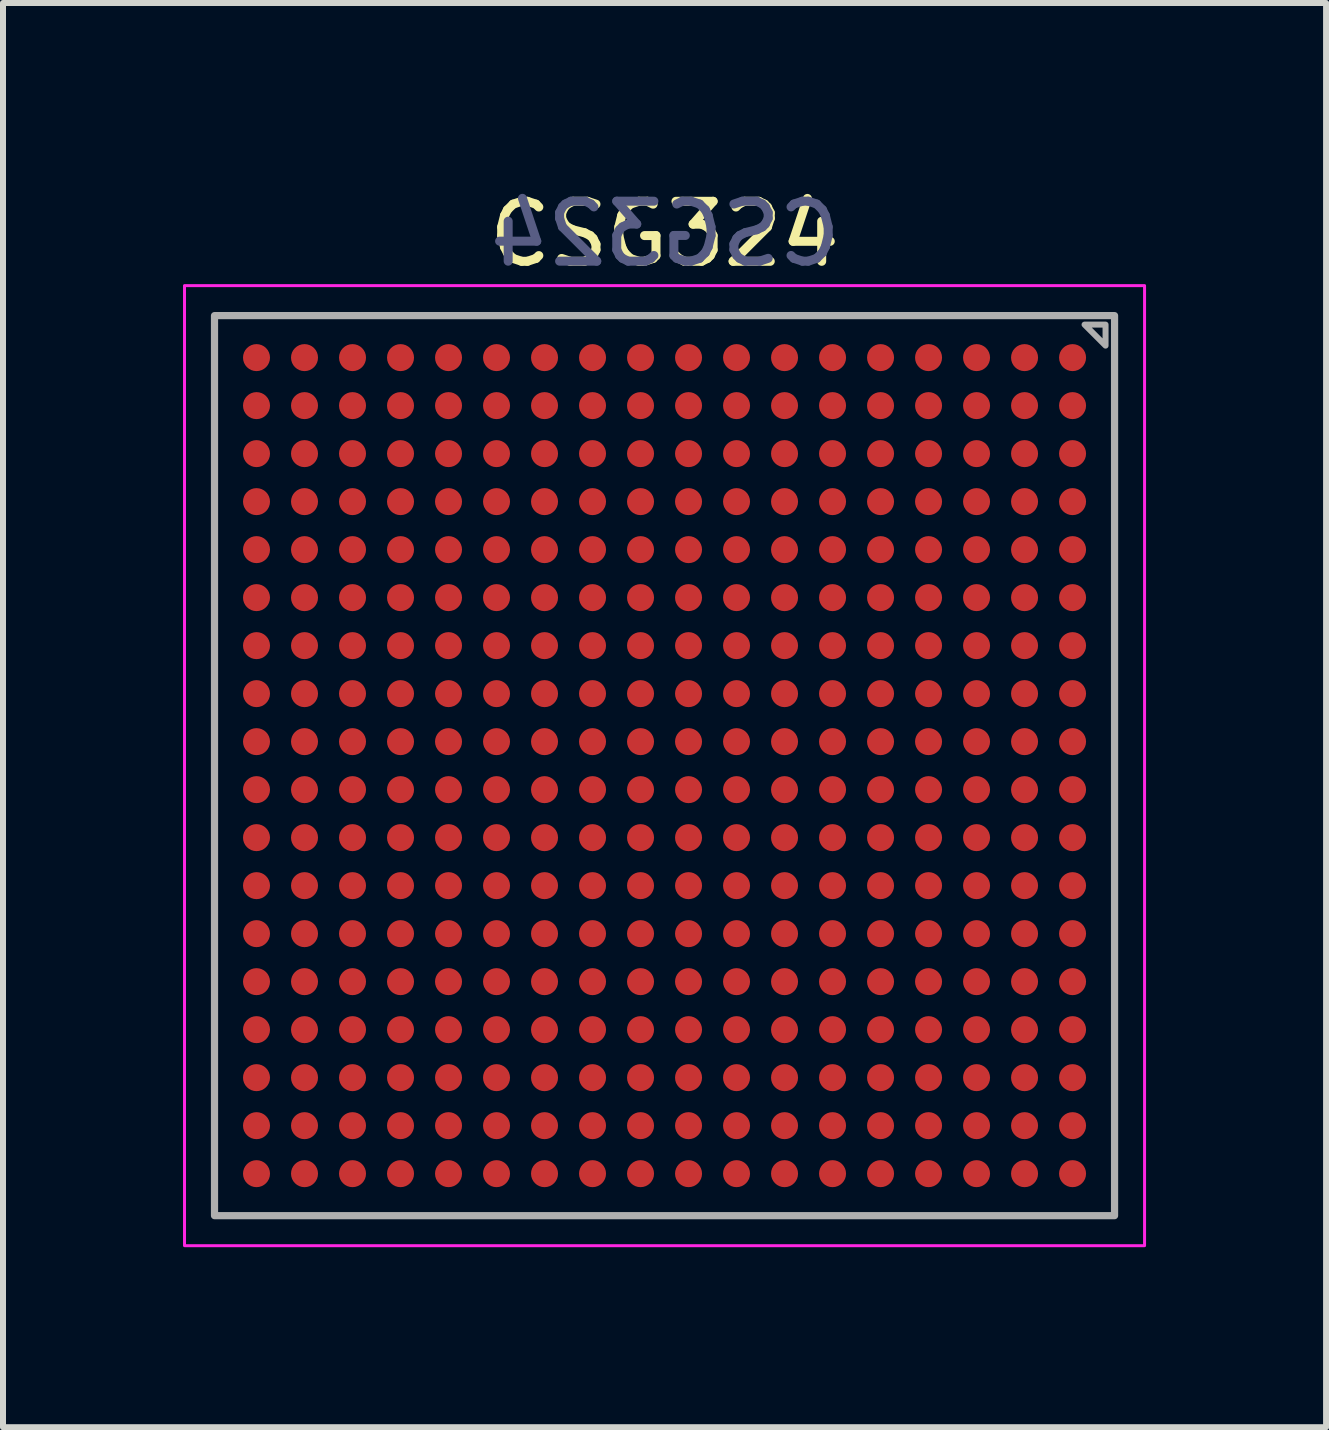
<source format=kicad_pcb>
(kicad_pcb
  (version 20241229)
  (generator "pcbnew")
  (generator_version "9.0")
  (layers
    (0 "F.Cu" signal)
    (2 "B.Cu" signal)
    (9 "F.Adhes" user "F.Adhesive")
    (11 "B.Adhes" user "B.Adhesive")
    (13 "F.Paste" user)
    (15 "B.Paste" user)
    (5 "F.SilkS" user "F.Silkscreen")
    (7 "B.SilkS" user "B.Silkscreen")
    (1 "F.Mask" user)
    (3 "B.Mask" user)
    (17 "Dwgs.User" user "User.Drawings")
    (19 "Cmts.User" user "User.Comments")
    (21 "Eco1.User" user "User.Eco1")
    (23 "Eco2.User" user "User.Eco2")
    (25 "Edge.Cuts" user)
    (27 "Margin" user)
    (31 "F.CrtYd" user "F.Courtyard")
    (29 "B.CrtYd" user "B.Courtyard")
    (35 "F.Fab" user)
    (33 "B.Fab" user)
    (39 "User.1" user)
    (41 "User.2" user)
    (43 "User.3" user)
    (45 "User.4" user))
  (footprint "CSG324"
    (layer "F.Cu")
    (at 8.025 9.71)
    (property "Reference" "CSG324" (at 0 -8.86 0) (unlocked yes) (layer "F.SilkS") (effects (font (size 1 1) (thickness 0.15))))
    (attr smd)
    (fp_rect (start -8 -8) (end 8 8) (stroke (width 0.05) (type solid)) (fill no) (layer "F.CrtYd"))
    (fp_line (start 7 -7.35) (end 7.35 -7.35) (stroke (width 0.025) (type solid)) (layer "F.Fab"))
    (fp_line (start 7.35 -7.35) (end 7.35 -7) (stroke (width 0.025) (type solid)) (layer "F.Fab"))
    (fp_line (start 7.35 -7) (end 7 -7.35) (stroke (width 0.025) (type solid)) (layer "F.Fab"))
    (fp_rect (start -7.5 -7.5) (end 7.5 7.5) (stroke (width 0.12) (type solid)) (fill no) (layer "F.Fab"))
    (fp_poly (pts (xy 7.35 -7) (xy 7 -7.35) (xy 7.35 -7.35)) (stroke (width 0.1) (type solid)) (fill no) (layer "F.Fab"))
    (fp_text user "${REFERENCE}" (at 0.013 -8.862 0) (unlocked yes) (layer "B.Fab") (effects (font (size 1 1) (thickness 0.15)) (justify mirror)))
    (pad "A1" smd circle (at 6.8 -6.8) (size 0.45 0.45) (layers "F.Cu" "F.Mask" "F.Paste"))
    (pad "A2" smd circle (at 6 -6.8) (size 0.45 0.45) (layers "F.Cu" "F.Mask" "F.Paste"))
    (pad "A3" smd circle (at 5.2 -6.8) (size 0.45 0.45) (layers "F.Cu" "F.Mask" "F.Paste"))
    (pad "A4" smd circle (at 4.4 -6.8) (size 0.45 0.45) (layers "F.Cu" "F.Mask" "F.Paste"))
    (pad "A5" smd circle (at 3.6 -6.8) (size 0.45 0.45) (layers "F.Cu" "F.Mask" "F.Paste"))
    (pad "A6" smd circle (at 2.8 -6.8) (size 0.45 0.45) (layers "F.Cu" "F.Mask" "F.Paste"))
    (pad "A7" smd circle (at 2 -6.8) (size 0.45 0.45) (layers "F.Cu" "F.Mask" "F.Paste"))
    (pad "A8" smd circle (at 1.2 -6.8) (size 0.45 0.45) (layers "F.Cu" "F.Mask" "F.Paste"))
    (pad "A9" smd circle (at 0.4 -6.8) (size 0.45 0.45) (layers "F.Cu" "F.Mask" "F.Paste"))
    (pad "A10" smd circle (at -0.4 -6.8) (size 0.45 0.45) (layers "F.Cu" "F.Mask" "F.Paste"))
    (pad "A11" smd circle (at -1.2 -6.8) (size 0.45 0.45) (layers "F.Cu" "F.Mask" "F.Paste"))
    (pad "A12" smd circle (at -2 -6.8) (size 0.45 0.45) (layers "F.Cu" "F.Mask" "F.Paste"))
    (pad "A13" smd circle (at -2.8 -6.8) (size 0.45 0.45) (layers "F.Cu" "F.Mask" "F.Paste"))
    (pad "A14" smd circle (at -3.6 -6.8) (size 0.45 0.45) (layers "F.Cu" "F.Mask" "F.Paste"))
    (pad "A15" smd circle (at -4.4 -6.8) (size 0.45 0.45) (layers "F.Cu" "F.Mask" "F.Paste"))
    (pad "A16" smd circle (at -5.2 -6.8) (size 0.45 0.45) (layers "F.Cu" "F.Mask" "F.Paste"))
    (pad "A17" smd circle (at -6 -6.8) (size 0.45 0.45) (layers "F.Cu" "F.Mask" "F.Paste"))
    (pad "A18" smd circle (at -6.8 -6.8) (size 0.45 0.45) (layers "F.Cu" "F.Mask" "F.Paste"))
    (pad "B1" smd circle (at 6.8 -6) (size 0.45 0.45) (layers "F.Cu" "F.Mask" "F.Paste"))
    (pad "B2" smd circle (at 6 -6) (size 0.45 0.45) (layers "F.Cu" "F.Mask" "F.Paste"))
    (pad "B3" smd circle (at 5.2 -6) (size 0.45 0.45) (layers "F.Cu" "F.Mask" "F.Paste"))
    (pad "B4" smd circle (at 4.4 -6) (size 0.45 0.45) (layers "F.Cu" "F.Mask" "F.Paste"))
    (pad "B5" smd circle (at 3.6 -6) (size 0.45 0.45) (layers "F.Cu" "F.Mask" "F.Paste"))
    (pad "B6" smd circle (at 2.8 -6) (size 0.45 0.45) (layers "F.Cu" "F.Mask" "F.Paste"))
    (pad "B7" smd circle (at 2 -6) (size 0.45 0.45) (layers "F.Cu" "F.Mask" "F.Paste"))
    (pad "B8" smd circle (at 1.2 -6) (size 0.45 0.45) (layers "F.Cu" "F.Mask" "F.Paste"))
    (pad "B9" smd circle (at 0.4 -6) (size 0.45 0.45) (layers "F.Cu" "F.Mask" "F.Paste"))
    (pad "B10" smd circle (at -0.4 -6) (size 0.45 0.45) (layers "F.Cu" "F.Mask" "F.Paste"))
    (pad "B11" smd circle (at -1.2 -6) (size 0.45 0.45) (layers "F.Cu" "F.Mask" "F.Paste"))
    (pad "B12" smd circle (at -2 -6) (size 0.45 0.45) (layers "F.Cu" "F.Mask" "F.Paste"))
    (pad "B13" smd circle (at -2.8 -6) (size 0.45 0.45) (layers "F.Cu" "F.Mask" "F.Paste"))
    (pad "B14" smd circle (at -3.6 -6) (size 0.45 0.45) (layers "F.Cu" "F.Mask" "F.Paste"))
    (pad "B15" smd circle (at -4.4 -6) (size 0.45 0.45) (layers "F.Cu" "F.Mask" "F.Paste"))
    (pad "B16" smd circle (at -5.2 -6) (size 0.45 0.45) (layers "F.Cu" "F.Mask" "F.Paste"))
    (pad "B17" smd circle (at -6 -6) (size 0.45 0.45) (layers "F.Cu" "F.Mask" "F.Paste"))
    (pad "B18" smd circle (at -6.8 -6) (size 0.45 0.45) (layers "F.Cu" "F.Mask" "F.Paste"))
    (pad "C1" smd circle (at 6.8 -5.2) (size 0.45 0.45) (layers "F.Cu" "F.Mask" "F.Paste"))
    (pad "C2" smd circle (at 6 -5.2) (size 0.45 0.45) (layers "F.Cu" "F.Mask" "F.Paste"))
    (pad "C3" smd circle (at 5.2 -5.2) (size 0.45 0.45) (layers "F.Cu" "F.Mask" "F.Paste"))
    (pad "C4" smd circle (at 4.4 -5.2) (size 0.45 0.45) (layers "F.Cu" "F.Mask" "F.Paste"))
    (pad "C5" smd circle (at 3.6 -5.2) (size 0.45 0.45) (layers "F.Cu" "F.Mask" "F.Paste"))
    (pad "C6" smd circle (at 2.8 -5.2) (size 0.45 0.45) (layers "F.Cu" "F.Mask" "F.Paste"))
    (pad "C7" smd circle (at 2 -5.2) (size 0.45 0.45) (layers "F.Cu" "F.Mask" "F.Paste"))
    (pad "C8" smd circle (at 1.2 -5.2) (size 0.45 0.45) (layers "F.Cu" "F.Mask" "F.Paste"))
    (pad "C9" smd circle (at 0.4 -5.2) (size 0.45 0.45) (layers "F.Cu" "F.Mask" "F.Paste"))
    (pad "C10" smd circle (at -0.4 -5.2) (size 0.45 0.45) (layers "F.Cu" "F.Mask" "F.Paste"))
    (pad "C11" smd circle (at -1.2 -5.2) (size 0.45 0.45) (layers "F.Cu" "F.Mask" "F.Paste"))
    (pad "C12" smd circle (at -2 -5.2) (size 0.45 0.45) (layers "F.Cu" "F.Mask" "F.Paste"))
    (pad "C13" smd circle (at -2.8 -5.2) (size 0.45 0.45) (layers "F.Cu" "F.Mask" "F.Paste"))
    (pad "C14" smd circle (at -3.6 -5.2) (size 0.45 0.45) (layers "F.Cu" "F.Mask" "F.Paste"))
    (pad "C15" smd circle (at -4.4 -5.2) (size 0.45 0.45) (layers "F.Cu" "F.Mask" "F.Paste"))
    (pad "C16" smd circle (at -5.2 -5.2) (size 0.45 0.45) (layers "F.Cu" "F.Mask" "F.Paste"))
    (pad "C17" smd circle (at -6 -5.2) (size 0.45 0.45) (layers "F.Cu" "F.Mask" "F.Paste"))
    (pad "C18" smd circle (at -6.8 -5.2) (size 0.45 0.45) (layers "F.Cu" "F.Mask" "F.Paste"))
    (pad "D1" smd circle (at 6.8 -4.4) (size 0.45 0.45) (layers "F.Cu" "F.Mask" "F.Paste"))
    (pad "D2" smd circle (at 6 -4.4) (size 0.45 0.45) (layers "F.Cu" "F.Mask" "F.Paste"))
    (pad "D3" smd circle (at 5.2 -4.4) (size 0.45 0.45) (layers "F.Cu" "F.Mask" "F.Paste"))
    (pad "D4" smd circle (at 4.4 -4.4) (size 0.45 0.45) (layers "F.Cu" "F.Mask" "F.Paste"))
    (pad "D5" smd circle (at 3.6 -4.4) (size 0.45 0.45) (layers "F.Cu" "F.Mask" "F.Paste"))
    (pad "D6" smd circle (at 2.8 -4.4) (size 0.45 0.45) (layers "F.Cu" "F.Mask" "F.Paste"))
    (pad "D7" smd circle (at 2 -4.4) (size 0.45 0.45) (layers "F.Cu" "F.Mask" "F.Paste"))
    (pad "D8" smd circle (at 1.2 -4.4) (size 0.45 0.45) (layers "F.Cu" "F.Mask" "F.Paste"))
    (pad "D9" smd circle (at 0.4 -4.4) (size 0.45 0.45) (layers "F.Cu" "F.Mask" "F.Paste"))
    (pad "D10" smd circle (at -0.4 -4.4) (size 0.45 0.45) (layers "F.Cu" "F.Mask" "F.Paste"))
    (pad "D11" smd circle (at -1.2 -4.4) (size 0.45 0.45) (layers "F.Cu" "F.Mask" "F.Paste"))
    (pad "D12" smd circle (at -2 -4.4) (size 0.45 0.45) (layers "F.Cu" "F.Mask" "F.Paste"))
    (pad "D13" smd circle (at -2.8 -4.4) (size 0.45 0.45) (layers "F.Cu" "F.Mask" "F.Paste"))
    (pad "D14" smd circle (at -3.6 -4.4) (size 0.45 0.45) (layers "F.Cu" "F.Mask" "F.Paste"))
    (pad "D15" smd circle (at -4.4 -4.4) (size 0.45 0.45) (layers "F.Cu" "F.Mask" "F.Paste"))
    (pad "D16" smd circle (at -5.2 -4.4) (size 0.45 0.45) (layers "F.Cu" "F.Mask" "F.Paste"))
    (pad "D17" smd circle (at -6 -4.4) (size 0.45 0.45) (layers "F.Cu" "F.Mask" "F.Paste"))
    (pad "D18" smd circle (at -6.8 -4.4) (size 0.45 0.45) (layers "F.Cu" "F.Mask" "F.Paste"))
    (pad "E1" smd circle (at 6.8 -3.6) (size 0.45 0.45) (layers "F.Cu" "F.Mask" "F.Paste"))
    (pad "E2" smd circle (at 6 -3.6) (size 0.45 0.45) (layers "F.Cu" "F.Mask" "F.Paste"))
    (pad "E3" smd circle (at 5.2 -3.6) (size 0.45 0.45) (layers "F.Cu" "F.Mask" "F.Paste"))
    (pad "E4" smd circle (at 4.4 -3.6) (size 0.45 0.45) (layers "F.Cu" "F.Mask" "F.Paste"))
    (pad "E5" smd circle (at 3.6 -3.6) (size 0.45 0.45) (layers "F.Cu" "F.Mask" "F.Paste"))
    (pad "E6" smd circle (at 2.8 -3.6) (size 0.45 0.45) (layers "F.Cu" "F.Mask" "F.Paste"))
    (pad "E7" smd circle (at 2 -3.6) (size 0.45 0.45) (layers "F.Cu" "F.Mask" "F.Paste"))
    (pad "E8" smd circle (at 1.2 -3.6) (size 0.45 0.45) (layers "F.Cu" "F.Mask" "F.Paste"))
    (pad "E9" smd circle (at 0.4 -3.6) (size 0.45 0.45) (layers "F.Cu" "F.Mask" "F.Paste"))
    (pad "E10" smd circle (at -0.4 -3.6) (size 0.45 0.45) (layers "F.Cu" "F.Mask" "F.Paste"))
    (pad "E11" smd circle (at -1.2 -3.6) (size 0.45 0.45) (layers "F.Cu" "F.Mask" "F.Paste"))
    (pad "E12" smd circle (at -2 -3.6) (size 0.45 0.45) (layers "F.Cu" "F.Mask" "F.Paste"))
    (pad "E13" smd circle (at -2.8 -3.6) (size 0.45 0.45) (layers "F.Cu" "F.Mask" "F.Paste"))
    (pad "E14" smd circle (at -3.6 -3.6) (size 0.45 0.45) (layers "F.Cu" "F.Mask" "F.Paste"))
    (pad "E15" smd circle (at -4.4 -3.6) (size 0.45 0.45) (layers "F.Cu" "F.Mask" "F.Paste"))
    (pad "E16" smd circle (at -5.2 -3.6) (size 0.45 0.45) (layers "F.Cu" "F.Mask" "F.Paste"))
    (pad "E17" smd circle (at -6 -3.6) (size 0.45 0.45) (layers "F.Cu" "F.Mask" "F.Paste"))
    (pad "E18" smd circle (at -6.8 -3.6) (size 0.45 0.45) (layers "F.Cu" "F.Mask" "F.Paste"))
    (pad "F1" smd circle (at 6.8 -2.8) (size 0.45 0.45) (layers "F.Cu" "F.Mask" "F.Paste"))
    (pad "F2" smd circle (at 6 -2.8) (size 0.45 0.45) (layers "F.Cu" "F.Mask" "F.Paste"))
    (pad "F3" smd circle (at 5.2 -2.8) (size 0.45 0.45) (layers "F.Cu" "F.Mask" "F.Paste"))
    (pad "F4" smd circle (at 4.4 -2.8) (size 0.45 0.45) (layers "F.Cu" "F.Mask" "F.Paste"))
    (pad "F5" smd circle (at 3.6 -2.8) (size 0.45 0.45) (layers "F.Cu" "F.Mask" "F.Paste"))
    (pad "F6" smd circle (at 2.8 -2.8) (size 0.45 0.45) (layers "F.Cu" "F.Mask" "F.Paste"))
    (pad "F7" smd circle (at 2 -2.8) (size 0.45 0.45) (layers "F.Cu" "F.Mask" "F.Paste"))
    (pad "F8" smd circle (at 1.2 -2.8) (size 0.45 0.45) (layers "F.Cu" "F.Mask" "F.Paste"))
    (pad "F9" smd circle (at 0.4 -2.8) (size 0.45 0.45) (layers "F.Cu" "F.Mask" "F.Paste"))
    (pad "F10" smd circle (at -0.4 -2.8) (size 0.45 0.45) (layers "F.Cu" "F.Mask" "F.Paste"))
    (pad "F11" smd circle (at -1.2 -2.8) (size 0.45 0.45) (layers "F.Cu" "F.Mask" "F.Paste"))
    (pad "F12" smd circle (at -2 -2.8) (size 0.45 0.45) (layers "F.Cu" "F.Mask" "F.Paste"))
    (pad "F13" smd circle (at -2.8 -2.8) (size 0.45 0.45) (layers "F.Cu" "F.Mask" "F.Paste"))
    (pad "F14" smd circle (at -3.6 -2.8) (size 0.45 0.45) (layers "F.Cu" "F.Mask" "F.Paste"))
    (pad "F15" smd circle (at -4.4 -2.8) (size 0.45 0.45) (layers "F.Cu" "F.Mask" "F.Paste"))
    (pad "F16" smd circle (at -5.2 -2.8) (size 0.45 0.45) (layers "F.Cu" "F.Mask" "F.Paste"))
    (pad "F17" smd circle (at -6 -2.8) (size 0.45 0.45) (layers "F.Cu" "F.Mask" "F.Paste"))
    (pad "F18" smd circle (at -6.8 -2.8) (size 0.45 0.45) (layers "F.Cu" "F.Mask" "F.Paste"))
    (pad "G1" smd circle (at 6.8 -2) (size 0.45 0.45) (layers "F.Cu" "F.Mask" "F.Paste"))
    (pad "G2" smd circle (at 6 -2) (size 0.45 0.45) (layers "F.Cu" "F.Mask" "F.Paste"))
    (pad "G3" smd circle (at 5.2 -2) (size 0.45 0.45) (layers "F.Cu" "F.Mask" "F.Paste"))
    (pad "G4" smd circle (at 4.4 -2) (size 0.45 0.45) (layers "F.Cu" "F.Mask" "F.Paste"))
    (pad "G5" smd circle (at 3.6 -2) (size 0.45 0.45) (layers "F.Cu" "F.Mask" "F.Paste"))
    (pad "G6" smd circle (at 2.8 -2) (size 0.45 0.45) (layers "F.Cu" "F.Mask" "F.Paste"))
    (pad "G7" smd circle (at 2 -2) (size 0.45 0.45) (layers "F.Cu" "F.Mask" "F.Paste"))
    (pad "G8" smd circle (at 1.2 -2) (size 0.45 0.45) (layers "F.Cu" "F.Mask" "F.Paste"))
    (pad "G9" smd circle (at 0.4 -2) (size 0.45 0.45) (layers "F.Cu" "F.Mask" "F.Paste"))
    (pad "G10" smd circle (at -0.4 -2) (size 0.45 0.45) (layers "F.Cu" "F.Mask" "F.Paste"))
    (pad "G11" smd circle (at -1.2 -2) (size 0.45 0.45) (layers "F.Cu" "F.Mask" "F.Paste"))
    (pad "G12" smd circle (at -2 -2) (size 0.45 0.45) (layers "F.Cu" "F.Mask" "F.Paste"))
    (pad "G13" smd circle (at -2.8 -2) (size 0.45 0.45) (layers "F.Cu" "F.Mask" "F.Paste"))
    (pad "G14" smd circle (at -3.6 -2) (size 0.45 0.45) (layers "F.Cu" "F.Mask" "F.Paste"))
    (pad "G15" smd circle (at -4.4 -2) (size 0.45 0.45) (layers "F.Cu" "F.Mask" "F.Paste"))
    (pad "G16" smd circle (at -5.2 -2) (size 0.45 0.45) (layers "F.Cu" "F.Mask" "F.Paste"))
    (pad "G17" smd circle (at -6 -2) (size 0.45 0.45) (layers "F.Cu" "F.Mask" "F.Paste"))
    (pad "G18" smd circle (at -6.8 -2) (size 0.45 0.45) (layers "F.Cu" "F.Mask" "F.Paste"))
    (pad "H1" smd circle (at 6.8 -1.2) (size 0.45 0.45) (layers "F.Cu" "F.Mask" "F.Paste"))
    (pad "H2" smd circle (at 6 -1.2) (size 0.45 0.45) (layers "F.Cu" "F.Mask" "F.Paste"))
    (pad "H3" smd circle (at 5.2 -1.2) (size 0.45 0.45) (layers "F.Cu" "F.Mask" "F.Paste"))
    (pad "H4" smd circle (at 4.4 -1.2) (size 0.45 0.45) (layers "F.Cu" "F.Mask" "F.Paste"))
    (pad "H5" smd circle (at 3.6 -1.2) (size 0.45 0.45) (layers "F.Cu" "F.Mask" "F.Paste"))
    (pad "H6" smd circle (at 2.8 -1.2) (size 0.45 0.45) (layers "F.Cu" "F.Mask" "F.Paste"))
    (pad "H7" smd circle (at 2 -1.2) (size 0.45 0.45) (layers "F.Cu" "F.Mask" "F.Paste"))
    (pad "H8" smd circle (at 1.2 -1.2) (size 0.45 0.45) (layers "F.Cu" "F.Mask" "F.Paste"))
    (pad "H9" smd circle (at 0.4 -1.2) (size 0.45 0.45) (layers "F.Cu" "F.Mask" "F.Paste"))
    (pad "H10" smd circle (at -0.4 -1.2) (size 0.45 0.45) (layers "F.Cu" "F.Mask" "F.Paste"))
    (pad "H11" smd circle (at -1.2 -1.2) (size 0.45 0.45) (layers "F.Cu" "F.Mask" "F.Paste"))
    (pad "H12" smd circle (at -2 -1.2) (size 0.45 0.45) (layers "F.Cu" "F.Mask" "F.Paste"))
    (pad "H13" smd circle (at -2.8 -1.2) (size 0.45 0.45) (layers "F.Cu" "F.Mask" "F.Paste"))
    (pad "H14" smd circle (at -3.6 -1.2) (size 0.45 0.45) (layers "F.Cu" "F.Mask" "F.Paste"))
    (pad "H15" smd circle (at -4.4 -1.2) (size 0.45 0.45) (layers "F.Cu" "F.Mask" "F.Paste"))
    (pad "H16" smd circle (at -5.2 -1.2) (size 0.45 0.45) (layers "F.Cu" "F.Mask" "F.Paste"))
    (pad "H17" smd circle (at -6 -1.2) (size 0.45 0.45) (layers "F.Cu" "F.Mask" "F.Paste"))
    (pad "H18" smd circle (at -6.8 -1.2) (size 0.45 0.45) (layers "F.Cu" "F.Mask" "F.Paste"))
    (pad "J1" smd circle (at 6.8 -0.4) (size 0.45 0.45) (layers "F.Cu" "F.Mask" "F.Paste"))
    (pad "J2" smd circle (at 6 -0.4) (size 0.45 0.45) (layers "F.Cu" "F.Mask" "F.Paste"))
    (pad "J3" smd circle (at 5.2 -0.4) (size 0.45 0.45) (layers "F.Cu" "F.Mask" "F.Paste"))
    (pad "J4" smd circle (at 4.4 -0.4) (size 0.45 0.45) (layers "F.Cu" "F.Mask" "F.Paste"))
    (pad "J5" smd circle (at 3.6 -0.4) (size 0.45 0.45) (layers "F.Cu" "F.Mask" "F.Paste"))
    (pad "J6" smd circle (at 2.8 -0.4) (size 0.45 0.45) (layers "F.Cu" "F.Mask" "F.Paste"))
    (pad "J7" smd circle (at 2 -0.4) (size 0.45 0.45) (layers "F.Cu" "F.Mask" "F.Paste"))
    (pad "J8" smd circle (at 1.2 -0.4) (size 0.45 0.45) (layers "F.Cu" "F.Mask" "F.Paste"))
    (pad "J9" smd circle (at 0.4 -0.4) (size 0.45 0.45) (layers "F.Cu" "F.Mask" "F.Paste"))
    (pad "J10" smd circle (at -0.4 -0.4) (size 0.45 0.45) (layers "F.Cu" "F.Mask" "F.Paste"))
    (pad "J11" smd circle (at -1.2 -0.4) (size 0.45 0.45) (layers "F.Cu" "F.Mask" "F.Paste"))
    (pad "J12" smd circle (at -2 -0.4) (size 0.45 0.45) (layers "F.Cu" "F.Mask" "F.Paste"))
    (pad "J13" smd circle (at -2.8 -0.4) (size 0.45 0.45) (layers "F.Cu" "F.Mask" "F.Paste"))
    (pad "J14" smd circle (at -3.6 -0.4) (size 0.45 0.45) (layers "F.Cu" "F.Mask" "F.Paste"))
    (pad "J15" smd circle (at -4.4 -0.4) (size 0.45 0.45) (layers "F.Cu" "F.Mask" "F.Paste"))
    (pad "J16" smd circle (at -5.2 -0.4) (size 0.45 0.45) (layers "F.Cu" "F.Mask" "F.Paste"))
    (pad "J17" smd circle (at -6 -0.4) (size 0.45 0.45) (layers "F.Cu" "F.Mask" "F.Paste"))
    (pad "J18" smd circle (at -6.8 -0.4) (size 0.45 0.45) (layers "F.Cu" "F.Mask" "F.Paste"))
    (pad "K1" smd circle (at 6.8 0.4) (size 0.45 0.45) (layers "F.Cu" "F.Mask" "F.Paste"))
    (pad "K2" smd circle (at 6 0.4) (size 0.45 0.45) (layers "F.Cu" "F.Mask" "F.Paste"))
    (pad "K3" smd circle (at 5.2 0.4) (size 0.45 0.45) (layers "F.Cu" "F.Mask" "F.Paste"))
    (pad "K4" smd circle (at 4.4 0.4) (size 0.45 0.45) (layers "F.Cu" "F.Mask" "F.Paste"))
    (pad "K5" smd circle (at 3.6 0.4) (size 0.45 0.45) (layers "F.Cu" "F.Mask" "F.Paste"))
    (pad "K6" smd circle (at 2.8 0.4) (size 0.45 0.45) (layers "F.Cu" "F.Mask" "F.Paste"))
    (pad "K7" smd circle (at 2 0.4) (size 0.45 0.45) (layers "F.Cu" "F.Mask" "F.Paste"))
    (pad "K8" smd circle (at 1.2 0.4) (size 0.45 0.45) (layers "F.Cu" "F.Mask" "F.Paste"))
    (pad "K9" smd circle (at 0.4 0.4) (size 0.45 0.45) (layers "F.Cu" "F.Mask" "F.Paste"))
    (pad "K10" smd circle (at -0.4 0.4) (size 0.45 0.45) (layers "F.Cu" "F.Mask" "F.Paste"))
    (pad "K11" smd circle (at -1.2 0.4) (size 0.45 0.45) (layers "F.Cu" "F.Mask" "F.Paste"))
    (pad "K12" smd circle (at -2 0.4) (size 0.45 0.45) (layers "F.Cu" "F.Mask" "F.Paste"))
    (pad "K13" smd circle (at -2.8 0.4) (size 0.45 0.45) (layers "F.Cu" "F.Mask" "F.Paste"))
    (pad "K14" smd circle (at -3.6 0.4) (size 0.45 0.45) (layers "F.Cu" "F.Mask" "F.Paste"))
    (pad "K15" smd circle (at -4.4 0.4) (size 0.45 0.45) (layers "F.Cu" "F.Mask" "F.Paste"))
    (pad "K16" smd circle (at -5.2 0.4) (size 0.45 0.45) (layers "F.Cu" "F.Mask" "F.Paste"))
    (pad "K17" smd circle (at -6 0.4) (size 0.45 0.45) (layers "F.Cu" "F.Mask" "F.Paste"))
    (pad "K18" smd circle (at -6.8 0.4) (size 0.45 0.45) (layers "F.Cu" "F.Mask" "F.Paste"))
    (pad "L1" smd circle (at 6.8 1.2) (size 0.45 0.45) (layers "F.Cu" "F.Mask" "F.Paste"))
    (pad "L2" smd circle (at 6 1.2) (size 0.45 0.45) (layers "F.Cu" "F.Mask" "F.Paste"))
    (pad "L3" smd circle (at 5.2 1.2) (size 0.45 0.45) (layers "F.Cu" "F.Mask" "F.Paste"))
    (pad "L4" smd circle (at 4.4 1.2) (size 0.45 0.45) (layers "F.Cu" "F.Mask" "F.Paste"))
    (pad "L5" smd circle (at 3.6 1.2) (size 0.45 0.45) (layers "F.Cu" "F.Mask" "F.Paste"))
    (pad "L6" smd circle (at 2.8 1.2) (size 0.45 0.45) (layers "F.Cu" "F.Mask" "F.Paste"))
    (pad "L7" smd circle (at 2 1.2) (size 0.45 0.45) (layers "F.Cu" "F.Mask" "F.Paste"))
    (pad "L8" smd circle (at 1.2 1.2) (size 0.45 0.45) (layers "F.Cu" "F.Mask" "F.Paste"))
    (pad "L9" smd circle (at 0.4 1.2) (size 0.45 0.45) (layers "F.Cu" "F.Mask" "F.Paste"))
    (pad "L10" smd circle (at -0.4 1.2) (size 0.45 0.45) (layers "F.Cu" "F.Mask" "F.Paste"))
    (pad "L11" smd circle (at -1.2 1.2) (size 0.45 0.45) (layers "F.Cu" "F.Mask" "F.Paste"))
    (pad "L12" smd circle (at -2 1.2) (size 0.45 0.45) (layers "F.Cu" "F.Mask" "F.Paste"))
    (pad "L13" smd circle (at -2.8 1.2) (size 0.45 0.45) (layers "F.Cu" "F.Mask" "F.Paste"))
    (pad "L14" smd circle (at -3.6 1.2) (size 0.45 0.45) (layers "F.Cu" "F.Mask" "F.Paste"))
    (pad "L15" smd circle (at -4.4 1.2) (size 0.45 0.45) (layers "F.Cu" "F.Mask" "F.Paste"))
    (pad "L16" smd circle (at -5.2 1.2) (size 0.45 0.45) (layers "F.Cu" "F.Mask" "F.Paste"))
    (pad "L17" smd circle (at -6 1.2) (size 0.45 0.45) (layers "F.Cu" "F.Mask" "F.Paste"))
    (pad "L18" smd circle (at -6.8 1.2) (size 0.45 0.45) (layers "F.Cu" "F.Mask" "F.Paste"))
    (pad "M1" smd circle (at 6.8 2) (size 0.45 0.45) (layers "F.Cu" "F.Mask" "F.Paste"))
    (pad "M2" smd circle (at 6 2) (size 0.45 0.45) (layers "F.Cu" "F.Mask" "F.Paste"))
    (pad "M3" smd circle (at 5.2 2) (size 0.45 0.45) (layers "F.Cu" "F.Mask" "F.Paste"))
    (pad "M4" smd circle (at 4.4 2) (size 0.45 0.45) (layers "F.Cu" "F.Mask" "F.Paste"))
    (pad "M5" smd circle (at 3.6 2) (size 0.45 0.45) (layers "F.Cu" "F.Mask" "F.Paste"))
    (pad "M6" smd circle (at 2.8 2) (size 0.45 0.45) (layers "F.Cu" "F.Mask" "F.Paste"))
    (pad "M7" smd circle (at 2 2) (size 0.45 0.45) (layers "F.Cu" "F.Mask" "F.Paste"))
    (pad "M8" smd circle (at 1.2 2) (size 0.45 0.45) (layers "F.Cu" "F.Mask" "F.Paste"))
    (pad "M9" smd circle (at 0.4 2) (size 0.45 0.45) (layers "F.Cu" "F.Mask" "F.Paste"))
    (pad "M10" smd circle (at -0.4 2) (size 0.45 0.45) (layers "F.Cu" "F.Mask" "F.Paste"))
    (pad "M11" smd circle (at -1.2 2) (size 0.45 0.45) (layers "F.Cu" "F.Mask" "F.Paste"))
    (pad "M12" smd circle (at -2 2) (size 0.45 0.45) (layers "F.Cu" "F.Mask" "F.Paste"))
    (pad "M13" smd circle (at -2.8 2) (size 0.45 0.45) (layers "F.Cu" "F.Mask" "F.Paste"))
    (pad "M14" smd circle (at -3.6 2) (size 0.45 0.45) (layers "F.Cu" "F.Mask" "F.Paste"))
    (pad "M15" smd circle (at -4.4 2) (size 0.45 0.45) (layers "F.Cu" "F.Mask" "F.Paste"))
    (pad "M16" smd circle (at -5.2 2) (size 0.45 0.45) (layers "F.Cu" "F.Mask" "F.Paste"))
    (pad "M17" smd circle (at -6 2) (size 0.45 0.45) (layers "F.Cu" "F.Mask" "F.Paste"))
    (pad "M18" smd circle (at -6.8 2) (size 0.45 0.45) (layers "F.Cu" "F.Mask" "F.Paste"))
    (pad "N1" smd circle (at 6.8 2.8) (size 0.45 0.45) (layers "F.Cu" "F.Mask" "F.Paste"))
    (pad "N2" smd circle (at 6 2.8) (size 0.45 0.45) (layers "F.Cu" "F.Mask" "F.Paste"))
    (pad "N3" smd circle (at 5.2 2.8) (size 0.45 0.45) (layers "F.Cu" "F.Mask" "F.Paste"))
    (pad "N4" smd circle (at 4.4 2.8) (size 0.45 0.45) (layers "F.Cu" "F.Mask" "F.Paste"))
    (pad "N5" smd circle (at 3.6 2.8) (size 0.45 0.45) (layers "F.Cu" "F.Mask" "F.Paste"))
    (pad "N6" smd circle (at 2.8 2.8) (size 0.45 0.45) (layers "F.Cu" "F.Mask" "F.Paste"))
    (pad "N7" smd circle (at 2 2.8) (size 0.45 0.45) (layers "F.Cu" "F.Mask" "F.Paste"))
    (pad "N8" smd circle (at 1.2 2.8) (size 0.45 0.45) (layers "F.Cu" "F.Mask" "F.Paste"))
    (pad "N9" smd circle (at 0.4 2.8) (size 0.45 0.45) (layers "F.Cu" "F.Mask" "F.Paste"))
    (pad "N10" smd circle (at -0.4 2.8) (size 0.45 0.45) (layers "F.Cu" "F.Mask" "F.Paste"))
    (pad "N11" smd circle (at -1.2 2.8) (size 0.45 0.45) (layers "F.Cu" "F.Mask" "F.Paste"))
    (pad "N12" smd circle (at -2 2.8) (size 0.45 0.45) (layers "F.Cu" "F.Mask" "F.Paste"))
    (pad "N13" smd circle (at -2.8 2.8) (size 0.45 0.45) (layers "F.Cu" "F.Mask" "F.Paste"))
    (pad "N14" smd circle (at -3.6 2.8) (size 0.45 0.45) (layers "F.Cu" "F.Mask" "F.Paste"))
    (pad "N15" smd circle (at -4.4 2.8) (size 0.45 0.45) (layers "F.Cu" "F.Mask" "F.Paste"))
    (pad "N16" smd circle (at -5.2 2.8) (size 0.45 0.45) (layers "F.Cu" "F.Mask" "F.Paste"))
    (pad "N17" smd circle (at -6 2.8) (size 0.45 0.45) (layers "F.Cu" "F.Mask" "F.Paste"))
    (pad "N18" smd circle (at -6.8 2.8) (size 0.45 0.45) (layers "F.Cu" "F.Mask" "F.Paste"))
    (pad "P1" smd circle (at 6.8 3.6) (size 0.45 0.45) (layers "F.Cu" "F.Mask" "F.Paste"))
    (pad "P2" smd circle (at 6 3.6) (size 0.45 0.45) (layers "F.Cu" "F.Mask" "F.Paste"))
    (pad "P3" smd circle (at 5.2 3.6) (size 0.45 0.45) (layers "F.Cu" "F.Mask" "F.Paste"))
    (pad "P4" smd circle (at 4.4 3.6) (size 0.45 0.45) (layers "F.Cu" "F.Mask" "F.Paste"))
    (pad "P5" smd circle (at 3.6 3.6) (size 0.45 0.45) (layers "F.Cu" "F.Mask" "F.Paste"))
    (pad "P6" smd circle (at 2.8 3.6) (size 0.45 0.45) (layers "F.Cu" "F.Mask" "F.Paste"))
    (pad "P7" smd circle (at 2 3.6) (size 0.45 0.45) (layers "F.Cu" "F.Mask" "F.Paste"))
    (pad "P8" smd circle (at 1.2 3.6) (size 0.45 0.45) (layers "F.Cu" "F.Mask" "F.Paste"))
    (pad "P9" smd circle (at 0.4 3.6) (size 0.45 0.45) (layers "F.Cu" "F.Mask" "F.Paste"))
    (pad "P10" smd circle (at -0.4 3.6) (size 0.45 0.45) (layers "F.Cu" "F.Mask" "F.Paste"))
    (pad "P11" smd circle (at -1.2 3.6) (size 0.45 0.45) (layers "F.Cu" "F.Mask" "F.Paste"))
    (pad "P12" smd circle (at -2 3.6) (size 0.45 0.45) (layers "F.Cu" "F.Mask" "F.Paste"))
    (pad "P13" smd circle (at -2.8 3.6) (size 0.45 0.45) (layers "F.Cu" "F.Mask" "F.Paste"))
    (pad "P14" smd circle (at -3.6 3.6) (size 0.45 0.45) (layers "F.Cu" "F.Mask" "F.Paste"))
    (pad "P15" smd circle (at -4.4 3.6) (size 0.45 0.45) (layers "F.Cu" "F.Mask" "F.Paste"))
    (pad "P16" smd circle (at -5.2 3.6) (size 0.45 0.45) (layers "F.Cu" "F.Mask" "F.Paste"))
    (pad "P17" smd circle (at -6 3.6) (size 0.45 0.45) (layers "F.Cu" "F.Mask" "F.Paste"))
    (pad "P18" smd circle (at -6.8 3.6) (size 0.45 0.45) (layers "F.Cu" "F.Mask" "F.Paste"))
    (pad "R1" smd circle (at 6.8 4.4) (size 0.45 0.45) (layers "F.Cu" "F.Mask" "F.Paste"))
    (pad "R2" smd circle (at 6 4.4) (size 0.45 0.45) (layers "F.Cu" "F.Mask" "F.Paste"))
    (pad "R3" smd circle (at 5.2 4.4) (size 0.45 0.45) (layers "F.Cu" "F.Mask" "F.Paste"))
    (pad "R4" smd circle (at 4.4 4.4) (size 0.45 0.45) (layers "F.Cu" "F.Mask" "F.Paste"))
    (pad "R5" smd circle (at 3.6 4.4) (size 0.45 0.45) (layers "F.Cu" "F.Mask" "F.Paste"))
    (pad "R6" smd circle (at 2.8 4.4) (size 0.45 0.45) (layers "F.Cu" "F.Mask" "F.Paste"))
    (pad "R7" smd circle (at 2 4.4) (size 0.45 0.45) (layers "F.Cu" "F.Mask" "F.Paste"))
    (pad "R8" smd circle (at 1.2 4.4) (size 0.45 0.45) (layers "F.Cu" "F.Mask" "F.Paste"))
    (pad "R9" smd circle (at 0.4 4.4) (size 0.45 0.45) (layers "F.Cu" "F.Mask" "F.Paste"))
    (pad "R10" smd circle (at -0.4 4.4) (size 0.45 0.45) (layers "F.Cu" "F.Mask" "F.Paste"))
    (pad "R11" smd circle (at -1.2 4.4) (size 0.45 0.45) (layers "F.Cu" "F.Mask" "F.Paste"))
    (pad "R12" smd circle (at -2 4.4) (size 0.45 0.45) (layers "F.Cu" "F.Mask" "F.Paste"))
    (pad "R13" smd circle (at -2.8 4.4) (size 0.45 0.45) (layers "F.Cu" "F.Mask" "F.Paste"))
    (pad "R14" smd circle (at -3.6 4.4) (size 0.45 0.45) (layers "F.Cu" "F.Mask" "F.Paste"))
    (pad "R15" smd circle (at -4.4 4.4) (size 0.45 0.45) (layers "F.Cu" "F.Mask" "F.Paste"))
    (pad "R16" smd circle (at -5.2 4.4) (size 0.45 0.45) (layers "F.Cu" "F.Mask" "F.Paste"))
    (pad "R17" smd circle (at -6 4.4) (size 0.45 0.45) (layers "F.Cu" "F.Mask" "F.Paste"))
    (pad "R18" smd circle (at -6.8 4.4) (size 0.45 0.45) (layers "F.Cu" "F.Mask" "F.Paste"))
    (pad "T1" smd circle (at 6.8 5.2) (size 0.45 0.45) (layers "F.Cu" "F.Mask" "F.Paste"))
    (pad "T2" smd circle (at 6 5.2) (size 0.45 0.45) (layers "F.Cu" "F.Mask" "F.Paste"))
    (pad "T3" smd circle (at 5.2 5.2) (size 0.45 0.45) (layers "F.Cu" "F.Mask" "F.Paste"))
    (pad "T4" smd circle (at 4.4 5.2) (size 0.45 0.45) (layers "F.Cu" "F.Mask" "F.Paste"))
    (pad "T5" smd circle (at 3.6 5.2) (size 0.45 0.45) (layers "F.Cu" "F.Mask" "F.Paste"))
    (pad "T6" smd circle (at 2.8 5.2) (size 0.45 0.45) (layers "F.Cu" "F.Mask" "F.Paste"))
    (pad "T7" smd circle (at 2 5.2) (size 0.45 0.45) (layers "F.Cu" "F.Mask" "F.Paste"))
    (pad "T8" smd circle (at 1.2 5.2) (size 0.45 0.45) (layers "F.Cu" "F.Mask" "F.Paste"))
    (pad "T9" smd circle (at 0.4 5.2) (size 0.45 0.45) (layers "F.Cu" "F.Mask" "F.Paste"))
    (pad "T10" smd circle (at -0.4 5.2) (size 0.45 0.45) (layers "F.Cu" "F.Mask" "F.Paste"))
    (pad "T11" smd circle (at -1.2 5.2) (size 0.45 0.45) (layers "F.Cu" "F.Mask" "F.Paste"))
    (pad "T12" smd circle (at -2 5.2) (size 0.45 0.45) (layers "F.Cu" "F.Mask" "F.Paste"))
    (pad "T13" smd circle (at -2.8 5.2) (size 0.45 0.45) (layers "F.Cu" "F.Mask" "F.Paste"))
    (pad "T14" smd circle (at -3.6 5.2) (size 0.45 0.45) (layers "F.Cu" "F.Mask" "F.Paste"))
    (pad "T15" smd circle (at -4.4 5.2) (size 0.45 0.45) (layers "F.Cu" "F.Mask" "F.Paste"))
    (pad "T16" smd circle (at -5.2 5.2) (size 0.45 0.45) (layers "F.Cu" "F.Mask" "F.Paste"))
    (pad "T17" smd circle (at -6 5.2) (size 0.45 0.45) (layers "F.Cu" "F.Mask" "F.Paste"))
    (pad "T18" smd circle (at -6.8 5.2) (size 0.45 0.45) (layers "F.Cu" "F.Mask" "F.Paste"))
    (pad "U1" smd circle (at 6.8 6) (size 0.45 0.45) (layers "F.Cu" "F.Mask" "F.Paste"))
    (pad "U2" smd circle (at 6 6) (size 0.45 0.45) (layers "F.Cu" "F.Mask" "F.Paste"))
    (pad "U3" smd circle (at 5.2 6) (size 0.45 0.45) (layers "F.Cu" "F.Mask" "F.Paste"))
    (pad "U4" smd circle (at 4.4 6) (size 0.45 0.45) (layers "F.Cu" "F.Mask" "F.Paste"))
    (pad "U5" smd circle (at 3.6 6) (size 0.45 0.45) (layers "F.Cu" "F.Mask" "F.Paste"))
    (pad "U6" smd circle (at 2.8 6) (size 0.45 0.45) (layers "F.Cu" "F.Mask" "F.Paste"))
    (pad "U7" smd circle (at 2 6) (size 0.45 0.45) (layers "F.Cu" "F.Mask" "F.Paste"))
    (pad "U8" smd circle (at 1.2 6) (size 0.45 0.45) (layers "F.Cu" "F.Mask" "F.Paste"))
    (pad "U9" smd circle (at 0.4 6) (size 0.45 0.45) (layers "F.Cu" "F.Mask" "F.Paste"))
    (pad "U10" smd circle (at -0.4 6) (size 0.45 0.45) (layers "F.Cu" "F.Mask" "F.Paste"))
    (pad "U11" smd circle (at -1.2 6) (size 0.45 0.45) (layers "F.Cu" "F.Mask" "F.Paste"))
    (pad "U12" smd circle (at -2 6) (size 0.45 0.45) (layers "F.Cu" "F.Mask" "F.Paste"))
    (pad "U13" smd circle (at -2.8 6) (size 0.45 0.45) (layers "F.Cu" "F.Mask" "F.Paste"))
    (pad "U14" smd circle (at -3.6 6) (size 0.45 0.45) (layers "F.Cu" "F.Mask" "F.Paste"))
    (pad "U15" smd circle (at -4.4 6) (size 0.45 0.45) (layers "F.Cu" "F.Mask" "F.Paste"))
    (pad "U16" smd circle (at -5.2 6) (size 0.45 0.45) (layers "F.Cu" "F.Mask" "F.Paste"))
    (pad "U17" smd circle (at -6 6) (size 0.45 0.45) (layers "F.Cu" "F.Mask" "F.Paste"))
    (pad "U18" smd circle (at -6.8 6) (size 0.45 0.45) (layers "F.Cu" "F.Mask" "F.Paste"))
    (pad "V1" smd circle (at 6.8 6.8) (size 0.45 0.45) (layers "F.Cu" "F.Mask" "F.Paste"))
    (pad "V2" smd circle (at 6 6.8) (size 0.45 0.45) (layers "F.Cu" "F.Mask" "F.Paste"))
    (pad "V3" smd circle (at 5.2 6.8) (size 0.45 0.45) (layers "F.Cu" "F.Mask" "F.Paste"))
    (pad "V4" smd circle (at 4.4 6.8) (size 0.45 0.45) (layers "F.Cu" "F.Mask" "F.Paste"))
    (pad "V5" smd circle (at 3.6 6.8) (size 0.45 0.45) (layers "F.Cu" "F.Mask" "F.Paste"))
    (pad "V6" smd circle (at 2.8 6.8) (size 0.45 0.45) (layers "F.Cu" "F.Mask" "F.Paste"))
    (pad "V7" smd circle (at 2 6.8) (size 0.45 0.45) (layers "F.Cu" "F.Mask" "F.Paste"))
    (pad "V8" smd circle (at 1.2 6.8) (size 0.45 0.45) (layers "F.Cu" "F.Mask" "F.Paste"))
    (pad "V9" smd circle (at 0.4 6.8) (size 0.45 0.45) (layers "F.Cu" "F.Mask" "F.Paste"))
    (pad "V10" smd circle (at -0.4 6.8) (size 0.45 0.45) (layers "F.Cu" "F.Mask" "F.Paste"))
    (pad "V11" smd circle (at -1.2 6.8) (size 0.45 0.45) (layers "F.Cu" "F.Mask" "F.Paste"))
    (pad "V12" smd circle (at -2 6.8) (size 0.45 0.45) (layers "F.Cu" "F.Mask" "F.Paste"))
    (pad "V13" smd circle (at -2.8 6.8) (size 0.45 0.45) (layers "F.Cu" "F.Mask" "F.Paste"))
    (pad "V14" smd circle (at -3.6 6.8) (size 0.45 0.45) (layers "F.Cu" "F.Mask" "F.Paste"))
    (pad "V15" smd circle (at -4.4 6.8) (size 0.45 0.45) (layers "F.Cu" "F.Mask" "F.Paste"))
    (pad "V16" smd circle (at -5.2 6.8) (size 0.45 0.45) (layers "F.Cu" "F.Mask" "F.Paste"))
    (pad "V17" smd circle (at -6 6.8) (size 0.45 0.45) (layers "F.Cu" "F.Mask" "F.Paste"))
    (pad "V18" smd circle (at -6.8 6.8) (size 0.45 0.45) (layers "F.Cu" "F.Mask" "F.Paste")))
  (gr_rect
    (start -3 -3)
    (end 19.05 20.735)
    (stroke (width 0.1) (type default))
    (fill no)
    (layer "Edge.Cuts")))
</source>
